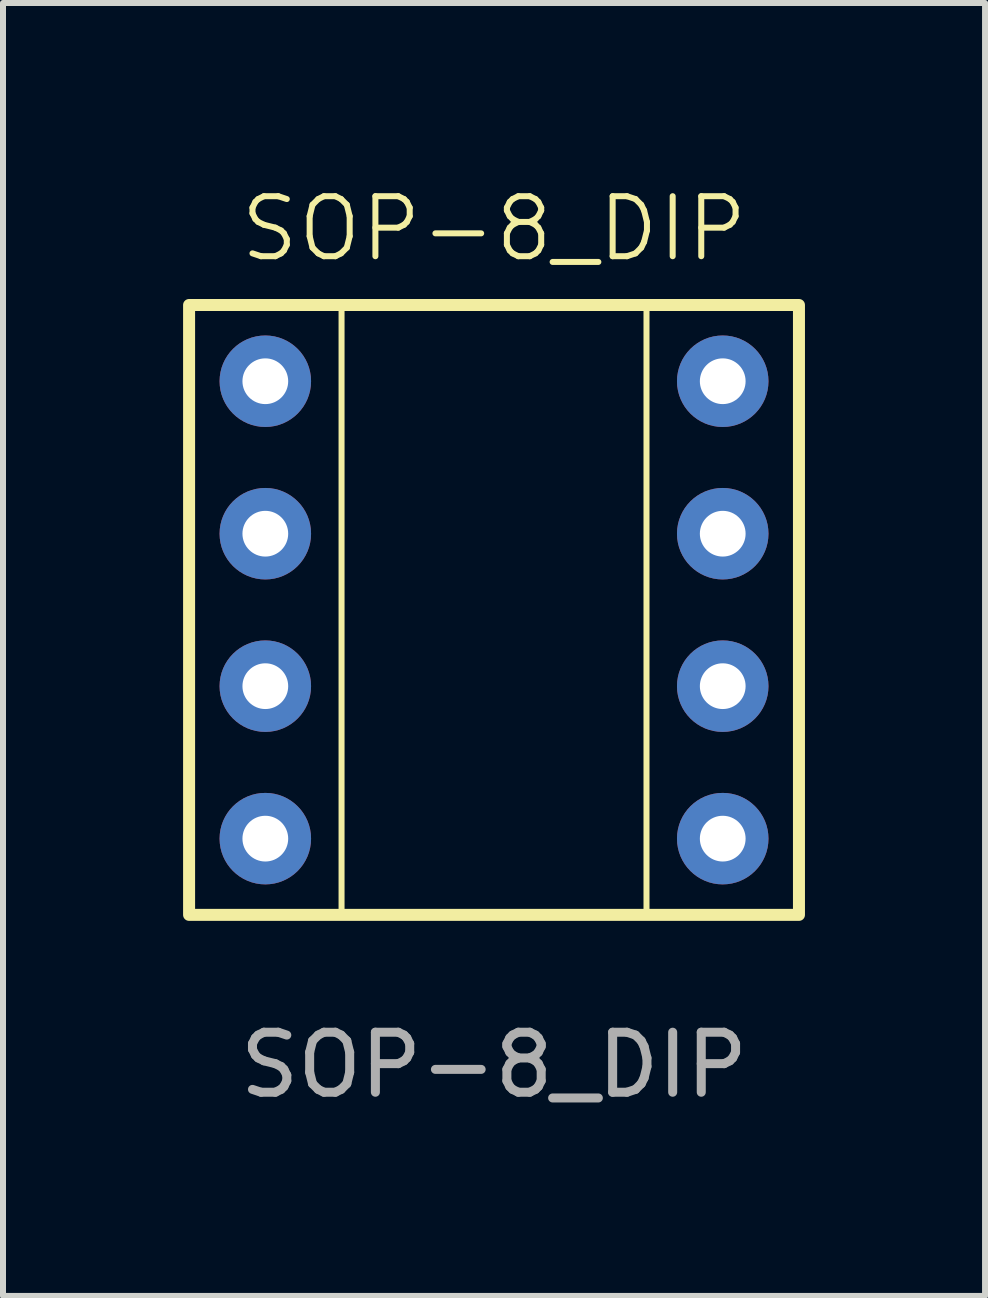
<source format=kicad_pcb>
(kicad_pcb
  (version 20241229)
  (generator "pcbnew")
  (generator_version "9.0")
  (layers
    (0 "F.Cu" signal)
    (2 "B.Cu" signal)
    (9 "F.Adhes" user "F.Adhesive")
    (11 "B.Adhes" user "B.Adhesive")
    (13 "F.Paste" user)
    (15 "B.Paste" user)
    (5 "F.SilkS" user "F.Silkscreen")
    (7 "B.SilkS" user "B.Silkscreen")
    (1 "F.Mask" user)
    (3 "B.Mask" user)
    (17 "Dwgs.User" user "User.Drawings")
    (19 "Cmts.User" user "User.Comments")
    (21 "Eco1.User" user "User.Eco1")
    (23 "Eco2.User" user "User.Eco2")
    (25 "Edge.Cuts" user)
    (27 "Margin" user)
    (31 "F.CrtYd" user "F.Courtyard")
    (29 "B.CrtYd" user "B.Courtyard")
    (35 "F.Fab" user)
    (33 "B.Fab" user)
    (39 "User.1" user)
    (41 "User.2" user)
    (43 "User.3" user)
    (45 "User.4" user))
  (footprint "SOP-8_DIP"
    (layer "F.Cu")
    (at 5.18 7.111)
    (property "Reference" "SOP-8_DIP" (at 0 -6.35 0) (unlocked yes) (layer "F.SilkS") (effects (font (size 1 1) (thickness 0.1))))
    (attr through_hole)
    (fp_rect (start -5.08 -5.08) (end -2.54 5.08) (stroke (width 0.1) (type default)) (fill no) (layer "F.SilkS"))
    (fp_rect (start -5.08 -5.08) (end 5.08 5.08) (stroke (width 0.2) (type default)) (fill no) (layer "F.SilkS"))
    (fp_rect (start 2.54 -5.08) (end 5.08 5.08) (stroke (width 0.1) (type default)) (fill no) (layer "F.SilkS"))
    (fp_text user "${REFERENCE}" (at 0 7.58 0) (unlocked yes) (layer "F.Fab") (effects (font (size 1 1) (thickness 0.15))))
    (pad "1" thru_hole circle (at -3.81 -3.81) (size 1.524 1.524) (drill 0.762) (layers "*.Cu" "*.Mask"))
    (pad "2" thru_hole circle (at -3.81 -1.27) (size 1.524 1.524) (drill 0.762) (layers "*.Cu" "*.Mask"))
    (pad "3" thru_hole circle (at -3.81 1.27) (size 1.524 1.524) (drill 0.762) (layers "*.Cu" "*.Mask"))
    (pad "4" thru_hole circle (at -3.81 3.81) (size 1.524 1.524) (drill 0.762) (layers "*.Cu" "*.Mask"))
    (pad "5" thru_hole circle (at 3.81 3.81) (size 1.524 1.524) (drill 0.762) (layers "*.Cu" "*.Mask"))
    (pad "6" thru_hole circle (at 3.81 1.27) (size 1.524 1.524) (drill 0.762) (layers "*.Cu" "*.Mask"))
    (pad "7" thru_hole circle (at 3.81 -1.27) (size 1.524 1.524) (drill 0.762) (layers "*.Cu" "*.Mask"))
    (pad "8" thru_hole circle (at 3.81 -3.81) (size 1.524 1.524) (drill 0.762) (layers "*.Cu" "*.Mask")))
  (gr_rect
    (start -3 -3)
    (end 13.36 18.539)
    (stroke (width 0.1) (type default))
    (fill no)
    (layer "Edge.Cuts")))
</source>
